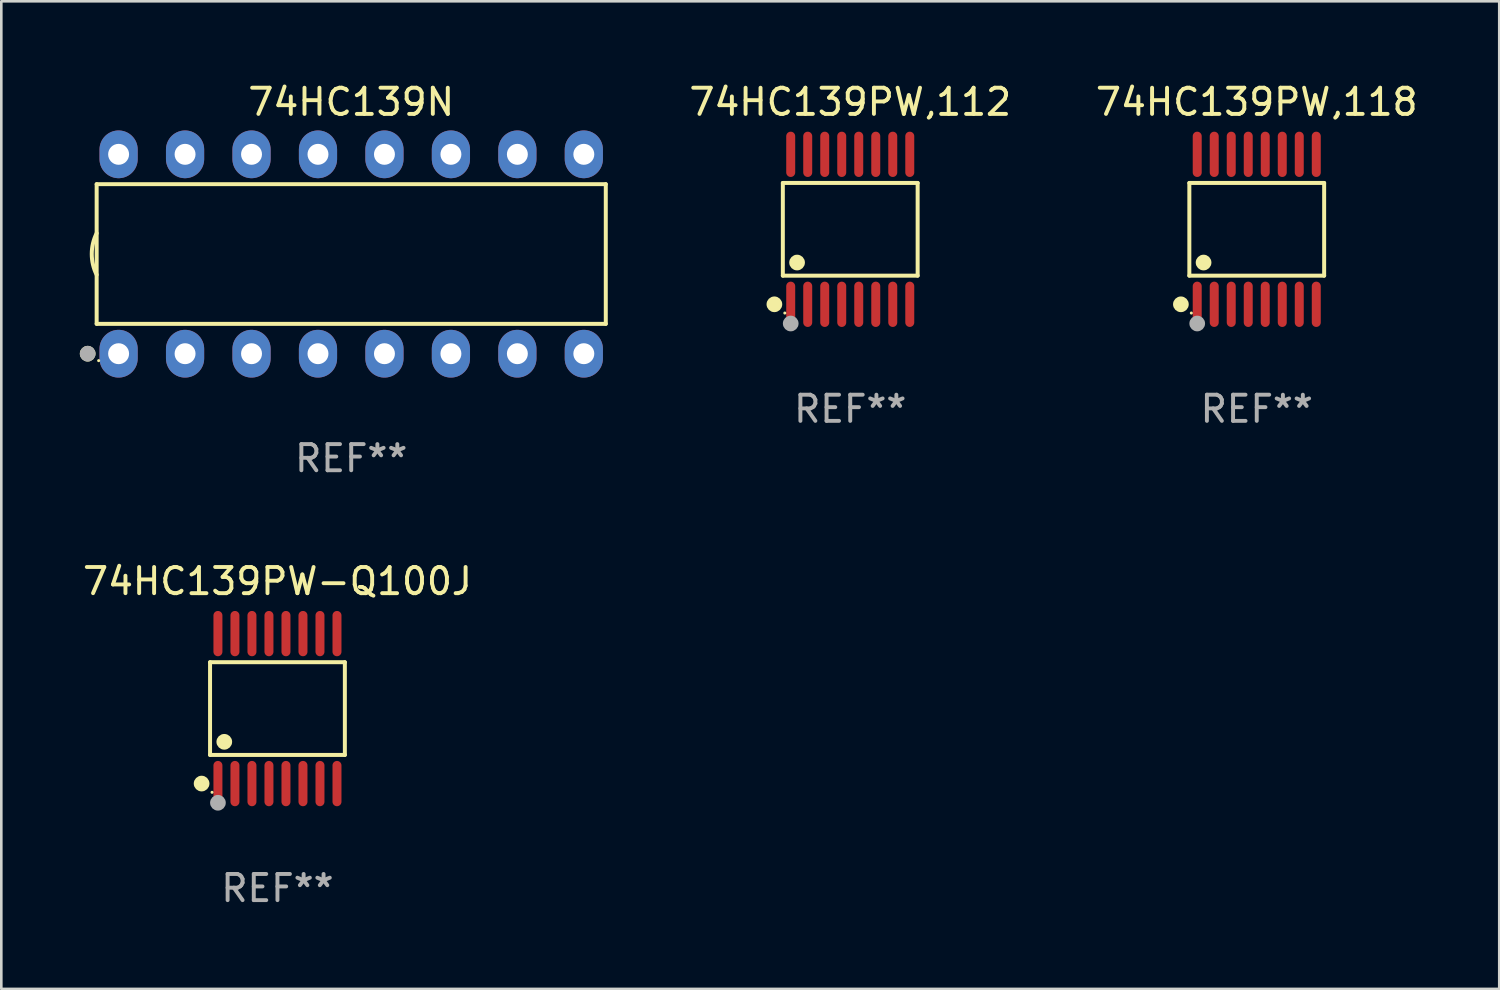
<source format=kicad_pcb>
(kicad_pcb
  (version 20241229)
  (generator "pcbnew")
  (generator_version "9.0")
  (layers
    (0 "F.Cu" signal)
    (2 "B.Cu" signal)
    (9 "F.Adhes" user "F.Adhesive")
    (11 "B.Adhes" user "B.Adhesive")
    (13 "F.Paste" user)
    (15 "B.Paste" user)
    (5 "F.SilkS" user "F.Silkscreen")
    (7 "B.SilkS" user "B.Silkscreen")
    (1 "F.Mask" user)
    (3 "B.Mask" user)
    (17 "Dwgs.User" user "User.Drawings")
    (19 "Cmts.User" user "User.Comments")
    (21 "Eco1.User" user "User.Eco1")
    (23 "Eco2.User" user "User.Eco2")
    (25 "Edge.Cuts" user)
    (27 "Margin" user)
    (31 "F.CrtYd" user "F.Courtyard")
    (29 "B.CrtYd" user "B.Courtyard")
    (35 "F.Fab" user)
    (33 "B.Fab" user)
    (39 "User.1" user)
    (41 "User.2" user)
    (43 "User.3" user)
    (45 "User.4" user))
  (footprint "74HC139PW-Q100J"
    (layer "F.Cu")
    (at 7.554 24.031)
    (property "Reference" "74HC139PW-Q100J" (at 0 -4.866 0) (layer "F.SilkS") (effects (font (size 1 1) (thickness 0.15))))
    (attr through_hole)
    (fp_line (start -2.576 -1.772) (end 2.576 -1.772) (stroke (width 0.152) (type solid)) (layer "F.SilkS"))
    (fp_line (start -2.576 1.771) (end -2.576 -1.772) (stroke (width 0.152) (type solid)) (layer "F.SilkS"))
    (fp_line (start 2.576 -1.772) (end 2.576 1.771) (stroke (width 0.152) (type solid)) (layer "F.SilkS"))
    (fp_line (start 2.576 1.771) (end -2.576 1.771) (stroke (width 0.152) (type solid)) (layer "F.SilkS"))
    (fp_circle (center -2.899 2.866) (end -2.749 2.866) (stroke (width 0.3) (type solid)) (fill no) (layer "F.SilkS"))
    (fp_circle (center -2.5 3.2) (end -2.47 3.2) (stroke (width 0.06) (type solid)) (fill no) (layer "F.SilkS"))
    (fp_circle (center -2.032 1.27) (end -1.882 1.27) (stroke (width 0.3) (type solid)) (fill no) (layer "F.SilkS"))
    (fp_circle (center -2.275 3.6) (end -2.125 3.6) (stroke (width 0.3) (type solid)) (fill no) (layer "F.Fab"))
    (fp_text user "REF**" (at 0 6.866 0) (layer "F.Fab") (effects (font (size 1 1) (thickness 0.15))))
    (pad "1" smd oval (at -2.275 2.866) (size 0.343 1.731) (layers "F.Cu" "F.Mask" "F.Paste"))
    (pad "2" smd oval (at -1.625 2.866) (size 0.343 1.731) (layers "F.Cu" "F.Mask" "F.Paste"))
    (pad "3" smd oval (at -0.975 2.866) (size 0.343 1.731) (layers "F.Cu" "F.Mask" "F.Paste"))
    (pad "4" smd oval (at -0.325 2.866) (size 0.343 1.731) (layers "F.Cu" "F.Mask" "F.Paste"))
    (pad "5" smd oval (at 0.325 2.866) (size 0.343 1.731) (layers "F.Cu" "F.Mask" "F.Paste"))
    (pad "6" smd oval (at 0.975 2.866) (size 0.343 1.731) (layers "F.Cu" "F.Mask" "F.Paste"))
    (pad "7" smd oval (at 1.625 2.866) (size 0.343 1.731) (layers "F.Cu" "F.Mask" "F.Paste"))
    (pad "8" smd oval (at 2.275 2.866) (size 0.343 1.731) (layers "F.Cu" "F.Mask" "F.Paste"))
    (pad "9" smd oval (at 2.275 -2.866) (size 0.343 1.731) (layers "F.Cu" "F.Mask" "F.Paste"))
    (pad "10" smd oval (at 1.625 -2.866) (size 0.343 1.731) (layers "F.Cu" "F.Mask" "F.Paste"))
    (pad "11" smd oval (at 0.975 -2.866) (size 0.343 1.731) (layers "F.Cu" "F.Mask" "F.Paste"))
    (pad "12" smd oval (at 0.325 -2.866) (size 0.343 1.731) (layers "F.Cu" "F.Mask" "F.Paste"))
    (pad "13" smd oval (at -0.325 -2.866) (size 0.343 1.731) (layers "F.Cu" "F.Mask" "F.Paste"))
    (pad "14" smd oval (at -0.975 -2.866) (size 0.343 1.731) (layers "F.Cu" "F.Mask" "F.Paste"))
    (pad "15" smd oval (at -1.625 -2.866) (size 0.343 1.731) (layers "F.Cu" "F.Mask" "F.Paste"))
    (pad "16" smd oval (at -2.275 -2.866) (size 0.343 1.731) (layers "F.Cu" "F.Mask" "F.Paste")))
  (footprint "74HC139PW,118"
    (layer "F.Cu")
    (at 44.981 5.714)
    (property "Reference" "74HC139PW,118" (at 0 -4.866 0) (layer "F.SilkS") (effects (font (size 1 1) (thickness 0.15))))
    (attr through_hole)
    (fp_line (start -2.576 -1.772) (end 2.576 -1.772) (stroke (width 0.152) (type solid)) (layer "F.SilkS"))
    (fp_line (start -2.576 1.771) (end -2.576 -1.772) (stroke (width 0.152) (type solid)) (layer "F.SilkS"))
    (fp_line (start 2.576 -1.772) (end 2.576 1.771) (stroke (width 0.152) (type solid)) (layer "F.SilkS"))
    (fp_line (start 2.576 1.771) (end -2.576 1.771) (stroke (width 0.152) (type solid)) (layer "F.SilkS"))
    (fp_circle (center -2.899 2.866) (end -2.749 2.866) (stroke (width 0.3) (type solid)) (fill no) (layer "F.SilkS"))
    (fp_circle (center -2.5 3.2) (end -2.47 3.2) (stroke (width 0.06) (type solid)) (fill no) (layer "F.SilkS"))
    (fp_circle (center -2.032 1.27) (end -1.882 1.27) (stroke (width 0.3) (type solid)) (fill no) (layer "F.SilkS"))
    (fp_circle (center -2.275 3.6) (end -2.125 3.6) (stroke (width 0.3) (type solid)) (fill no) (layer "F.Fab"))
    (fp_text user "REF**" (at 0 6.866 0) (layer "F.Fab") (effects (font (size 1 1) (thickness 0.15))))
    (pad "1" smd oval (at -2.275 2.866) (size 0.343 1.731) (layers "F.Cu" "F.Mask" "F.Paste"))
    (pad "2" smd oval (at -1.625 2.866) (size 0.343 1.731) (layers "F.Cu" "F.Mask" "F.Paste"))
    (pad "3" smd oval (at -0.975 2.866) (size 0.343 1.731) (layers "F.Cu" "F.Mask" "F.Paste"))
    (pad "4" smd oval (at -0.325 2.866) (size 0.343 1.731) (layers "F.Cu" "F.Mask" "F.Paste"))
    (pad "5" smd oval (at 0.325 2.866) (size 0.343 1.731) (layers "F.Cu" "F.Mask" "F.Paste"))
    (pad "6" smd oval (at 0.975 2.866) (size 0.343 1.731) (layers "F.Cu" "F.Mask" "F.Paste"))
    (pad "7" smd oval (at 1.625 2.866) (size 0.343 1.731) (layers "F.Cu" "F.Mask" "F.Paste"))
    (pad "8" smd oval (at 2.275 2.866) (size 0.343 1.731) (layers "F.Cu" "F.Mask" "F.Paste"))
    (pad "9" smd oval (at 2.275 -2.866) (size 0.343 1.731) (layers "F.Cu" "F.Mask" "F.Paste"))
    (pad "10" smd oval (at 1.625 -2.866) (size 0.343 1.731) (layers "F.Cu" "F.Mask" "F.Paste"))
    (pad "11" smd oval (at 0.975 -2.866) (size 0.343 1.731) (layers "F.Cu" "F.Mask" "F.Paste"))
    (pad "12" smd oval (at 0.325 -2.866) (size 0.343 1.731) (layers "F.Cu" "F.Mask" "F.Paste"))
    (pad "13" smd oval (at -0.325 -2.866) (size 0.343 1.731) (layers "F.Cu" "F.Mask" "F.Paste"))
    (pad "14" smd oval (at -0.975 -2.866) (size 0.343 1.731) (layers "F.Cu" "F.Mask" "F.Paste"))
    (pad "15" smd oval (at -1.625 -2.866) (size 0.343 1.731) (layers "F.Cu" "F.Mask" "F.Paste"))
    (pad "16" smd oval (at -2.275 -2.866) (size 0.343 1.731) (layers "F.Cu" "F.Mask" "F.Paste")))
  (footprint "74HC139PW,112"
    (layer "F.Cu")
    (at 29.445 5.714)
    (property "Reference" "74HC139PW,112" (at 0 -4.866 0) (layer "F.SilkS") (effects (font (size 1 1) (thickness 0.15))))
    (attr through_hole)
    (fp_line (start -2.576 -1.772) (end 2.576 -1.772) (stroke (width 0.152) (type solid)) (layer "F.SilkS"))
    (fp_line (start -2.576 1.771) (end -2.576 -1.772) (stroke (width 0.152) (type solid)) (layer "F.SilkS"))
    (fp_line (start 2.576 -1.772) (end 2.576 1.771) (stroke (width 0.152) (type solid)) (layer "F.SilkS"))
    (fp_line (start 2.576 1.771) (end -2.576 1.771) (stroke (width 0.152) (type solid)) (layer "F.SilkS"))
    (fp_circle (center -2.899 2.866) (end -2.749 2.866) (stroke (width 0.3) (type solid)) (fill no) (layer "F.SilkS"))
    (fp_circle (center -2.5 3.2) (end -2.47 3.2) (stroke (width 0.06) (type solid)) (fill no) (layer "F.SilkS"))
    (fp_circle (center -2.032 1.27) (end -1.882 1.27) (stroke (width 0.3) (type solid)) (fill no) (layer "F.SilkS"))
    (fp_circle (center -2.275 3.6) (end -2.125 3.6) (stroke (width 0.3) (type solid)) (fill no) (layer "F.Fab"))
    (fp_text user "REF**" (at 0 6.866 0) (layer "F.Fab") (effects (font (size 1 1) (thickness 0.15))))
    (pad "1" smd oval (at -2.275 2.866) (size 0.343 1.731) (layers "F.Cu" "F.Mask" "F.Paste"))
    (pad "2" smd oval (at -1.625 2.866) (size 0.343 1.731) (layers "F.Cu" "F.Mask" "F.Paste"))
    (pad "3" smd oval (at -0.975 2.866) (size 0.343 1.731) (layers "F.Cu" "F.Mask" "F.Paste"))
    (pad "4" smd oval (at -0.325 2.866) (size 0.343 1.731) (layers "F.Cu" "F.Mask" "F.Paste"))
    (pad "5" smd oval (at 0.325 2.866) (size 0.343 1.731) (layers "F.Cu" "F.Mask" "F.Paste"))
    (pad "6" smd oval (at 0.975 2.866) (size 0.343 1.731) (layers "F.Cu" "F.Mask" "F.Paste"))
    (pad "7" smd oval (at 1.625 2.866) (size 0.343 1.731) (layers "F.Cu" "F.Mask" "F.Paste"))
    (pad "8" smd oval (at 2.275 2.866) (size 0.343 1.731) (layers "F.Cu" "F.Mask" "F.Paste"))
    (pad "9" smd oval (at 2.275 -2.866) (size 0.343 1.731) (layers "F.Cu" "F.Mask" "F.Paste"))
    (pad "10" smd oval (at 1.625 -2.866) (size 0.343 1.731) (layers "F.Cu" "F.Mask" "F.Paste"))
    (pad "11" smd oval (at 0.975 -2.866) (size 0.343 1.731) (layers "F.Cu" "F.Mask" "F.Paste"))
    (pad "12" smd oval (at 0.325 -2.866) (size 0.343 1.731) (layers "F.Cu" "F.Mask" "F.Paste"))
    (pad "13" smd oval (at -0.325 -2.866) (size 0.343 1.731) (layers "F.Cu" "F.Mask" "F.Paste"))
    (pad "14" smd oval (at -0.975 -2.866) (size 0.343 1.731) (layers "F.Cu" "F.Mask" "F.Paste"))
    (pad "15" smd oval (at -1.625 -2.866) (size 0.343 1.731) (layers "F.Cu" "F.Mask" "F.Paste"))
    (pad "16" smd oval (at -2.275 -2.866) (size 0.343 1.731) (layers "F.Cu" "F.Mask" "F.Paste")))
  (footprint "74HC139N"
    (layer "F.Cu")
    (at 10.373 6.658)
    (property "Reference" "74HC139N" (at 0 -5.81 0) (layer "F.SilkS") (effects (font (size 1 1) (thickness 0.15))))
    (attr through_hole)
    (fp_line (start -9.729 -2.669) (end 9.729 -2.669) (stroke (width 0.152) (type solid)) (layer "F.SilkS"))
    (fp_line (start -9.729 2.669) (end -9.729 -2.669) (stroke (width 0.152) (type solid)) (layer "F.SilkS"))
    (fp_line (start 9.729 -2.669) (end 9.729 2.669) (stroke (width 0.152) (type solid)) (layer "F.SilkS"))
    (fp_line (start 9.729 2.669) (end -9.729 2.669) (stroke (width 0.152) (type solid)) (layer "F.SilkS"))
    (fp_arc (start -9.728727 0.793751) (mid -9.916106 0) (end -9.728727 -0.793752) (stroke (width 0.1524) (type solid)) (layer "F.SilkS"))
    (fp_circle (center -10.072 3.81) (end -9.922 3.81) (stroke (width 0.3) (type solid)) (fill no) (layer "F.SilkS"))
    (fp_circle (center -9.653 4.075) (end -9.623 4.075) (stroke (width 0.06) (type solid)) (fill no) (layer "F.SilkS"))
    (fp_circle (center -10.072 3.81) (end -9.922 3.81) (stroke (width 0.3) (type solid)) (fill no) (layer "F.Fab"))
    (fp_text user "REF**" (at 0 7.81 0) (layer "F.Fab") (effects (font (size 1 1) (thickness 0.15))))
    (pad "1" thru_hole oval (at -8.89 3.81) (size 1.46 1.825) (drill 0.8) (layers "*.Cu" "*.Mask"))
    (pad "2" thru_hole oval (at -6.35 3.81) (size 1.46 1.825) (drill 0.8) (layers "*.Cu" "*.Mask"))
    (pad "3" thru_hole oval (at -3.81 3.81) (size 1.46 1.825) (drill 0.8) (layers "*.Cu" "*.Mask"))
    (pad "4" thru_hole oval (at -1.27 3.81) (size 1.46 1.825) (drill 0.8) (layers "*.Cu" "*.Mask"))
    (pad "5" thru_hole oval (at 1.27 3.81) (size 1.46 1.825) (drill 0.8) (layers "*.Cu" "*.Mask"))
    (pad "6" thru_hole oval (at 3.81 3.81) (size 1.46 1.825) (drill 0.8) (layers "*.Cu" "*.Mask"))
    (pad "7" thru_hole oval (at 6.35 3.81) (size 1.46 1.825) (drill 0.8) (layers "*.Cu" "*.Mask"))
    (pad "8" thru_hole oval (at 8.89 3.81) (size 1.46 1.825) (drill 0.8) (layers "*.Cu" "*.Mask"))
    (pad "9" thru_hole oval (at 8.89 -3.81) (size 1.46 1.825) (drill 0.8) (layers "*.Cu" "*.Mask"))
    (pad "10" thru_hole oval (at 6.35 -3.81) (size 1.46 1.825) (drill 0.8) (layers "*.Cu" "*.Mask"))
    (pad "11" thru_hole oval (at 3.81 -3.81) (size 1.46 1.825) (drill 0.8) (layers "*.Cu" "*.Mask"))
    (pad "12" thru_hole oval (at 1.27 -3.81) (size 1.46 1.825) (drill 0.8) (layers "*.Cu" "*.Mask"))
    (pad "13" thru_hole oval (at -1.27 -3.81) (size 1.46 1.825) (drill 0.8) (layers "*.Cu" "*.Mask"))
    (pad "14" thru_hole oval (at -3.81 -3.81) (size 1.46 1.825) (drill 0.8) (layers "*.Cu" "*.Mask"))
    (pad "15" thru_hole oval (at -6.35 -3.81) (size 1.46 1.825) (drill 0.8) (layers "*.Cu" "*.Mask"))
    (pad "16" thru_hole oval (at -8.89 -3.81) (size 1.46 1.825) (drill 0.8) (layers "*.Cu" "*.Mask")))
  (gr_rect
    (start -3 -3)
    (end 54.249 34.745)
    (stroke (width 0.1) (type default))
    (fill no)
    (layer "Edge.Cuts")))
</source>
